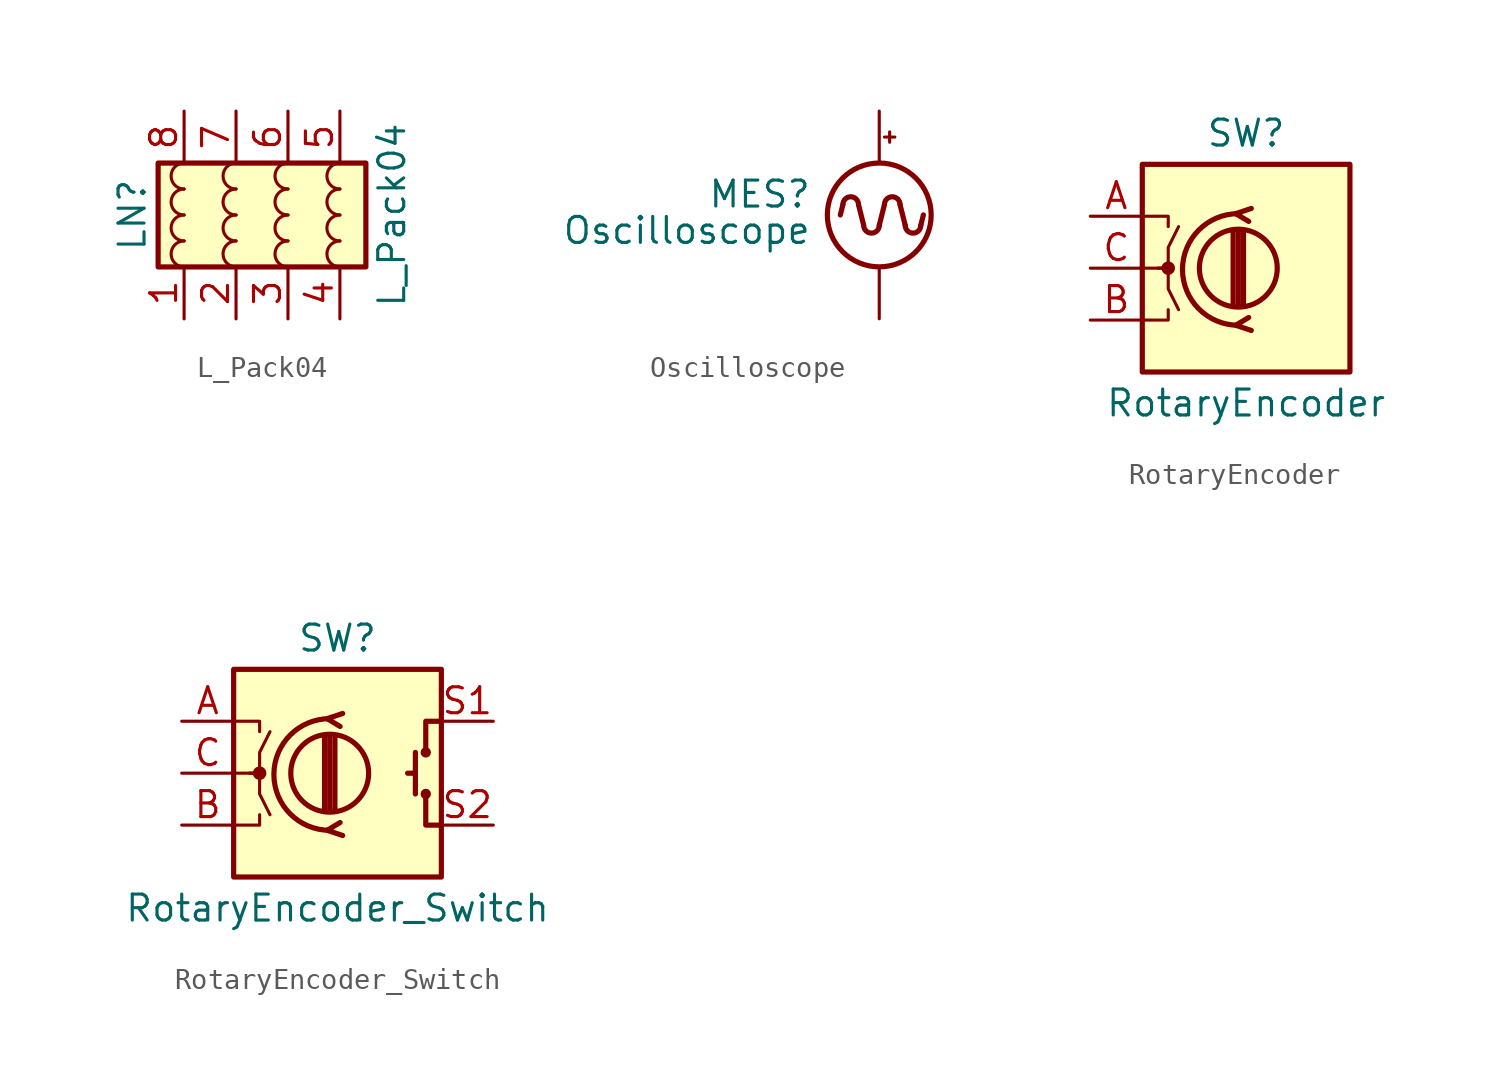
<source format=kicad_sym>
(kicad_symbol_lib
  (version 20231120)
  (generator "kicad_symbol_editor")
  (generator_version "8.0")
  (symbol "L_Pack04"
    (property "Reference" "LN"
      (at -7.62 0 90)
      (effects (font (size 1.27 1.27))))
    (property "Value" "L_Pack04"
      (at 5.08 0 90)
      (effects (font (size 1.27 1.27))))
    (symbol "L_Pack04_0_1"
      (rectangle (start -6.35 2.54) (end 3.81 -2.54) (stroke (width 0.254) (type default)) (fill (type background))))
    (symbol "L_Pack04_1_1"
      (arc (start -5.08 -1.27) (mid -5.7122 -1.905) (end -5.08 -2.54) (stroke (width 0) (type default)) (fill (type none)))
      (arc (start -5.08 0) (mid -5.7122 -0.635) (end -5.08 -1.27) (stroke (width 0) (type default)) (fill (type none)))
      (arc (start -5.08 1.27) (mid -5.7122 0.635) (end -5.08 0) (stroke (width 0) (type default)) (fill (type none)))
      (arc (start -5.08 2.54) (mid -5.7122 1.905) (end -5.08 1.27) (stroke (width 0) (type default)) (fill (type none)))
      (arc (start -2.54 -1.27) (mid -3.1722 -1.905) (end -2.54 -2.54) (stroke (width 0) (type default)) (fill (type none)))
      (arc (start -2.54 0) (mid -3.1722 -0.635) (end -2.54 -1.27) (stroke (width 0) (type default)) (fill (type none)))
      (arc (start -2.54 1.27) (mid -3.1722 0.635) (end -2.54 0) (stroke (width 0) (type default)) (fill (type none)))
      (arc (start -2.54 2.54) (mid -3.1722 1.905) (end -2.54 1.27) (stroke (width 0) (type default)) (fill (type none)))
      (arc (start 0 -1.27) (mid -0.6323 -1.905) (end 0 -2.54) (stroke (width 0) (type default)) (fill (type none)))
      (arc (start 0 0) (mid -0.6323 -0.635) (end 0 -1.27) (stroke (width 0) (type default)) (fill (type none)))
      (arc (start 0 1.27) (mid -0.6323 0.635) (end 0 0) (stroke (width 0) (type default)) (fill (type none)))
      (arc (start 0 2.54) (mid -0.6323 1.905) (end 0 1.27) (stroke (width 0) (type default)) (fill (type none)))
      (arc (start 2.54 -1.27) (mid 1.9077 -1.905) (end 2.54 -2.54) (stroke (width 0) (type default)) (fill (type none)))
      (arc (start 2.54 0) (mid 1.9077 -0.635) (end 2.54 -1.27) (stroke (width 0) (type default)) (fill (type none)))
      (arc (start 2.54 1.27) (mid 1.9077 0.635) (end 2.54 0) (stroke (width 0) (type default)) (fill (type none)))
      (arc (start 2.54 2.54) (mid 1.9077 1.905) (end 2.54 1.27) (stroke (width 0) (type default)) (fill (type none)))
      (pin passive line (at -5.08 -5.08 90) (length 2.54) (name "~" (effects (font (size 1.27 1.27)))) (number "1" (effects (font (size 1.27 1.27)))))
      (pin passive line (at -2.54 -5.08 90) (length 2.54) (name "~" (effects (font (size 1.27 1.27)))) (number "2" (effects (font (size 1.27 1.27)))))
      (pin passive line (at 0 -5.08 90) (length 2.54) (name "~" (effects (font (size 1.27 1.27)))) (number "3" (effects (font (size 1.27 1.27)))))
      (pin passive line (at 2.54 -5.08 90) (length 2.54) (name "~" (effects (font (size 1.27 1.27)))) (number "4" (effects (font (size 1.27 1.27)))))
      (pin passive line (at 2.54 5.08 270) (length 2.54) (name "~" (effects (font (size 1.27 1.27)))) (number "5" (effects (font (size 1.27 1.27)))))
      (pin passive line (at 0 5.08 270) (length 2.54) (name "~" (effects (font (size 1.27 1.27)))) (number "6" (effects (font (size 1.27 1.27)))))
      (pin passive line (at -2.54 5.08 270) (length 2.54) (name "~" (effects (font (size 1.27 1.27)))) (number "7" (effects (font (size 1.27 1.27)))))
      (pin passive line (at -5.08 5.08 270) (length 2.54) (name "~" (effects (font (size 1.27 1.27)))) (number "8" (effects (font (size 1.27 1.27)))))))
  (symbol "Oscilloscope"
    (pin_numbers hide)
    (pin_names
      (offset 0.025) hide)
    (property "Reference" "MES"
      (at -3.302 1.016 0)
      (effects (font (size 1.27 1.27)) (justify right)))
    (property "Value" "Oscilloscope"
      (at -3.302 -0.762 0)
      (effects (font (size 1.27 1.27)) (justify right)))
    (symbol "Oscilloscope_0_0"
      (arc (start -1.016 0.508) (mid -1.397 0.8873) (end -1.778 0.508) (stroke (width 0.254) (type default)) (fill (type none)))
      (arc (start -0.762 -0.508) (mid -0.381 -0.8873) (end 0 -0.508) (stroke (width 0.254) (type default)) (fill (type none)))
      (polyline (pts (xy -1.778 0.508) (xy -1.905 0)) (stroke (width 0.254) (type default)) (fill (type none)))
      (polyline (pts (xy -1.016 0.508) (xy -0.762 -0.508)) (stroke (width 0.254) (type default)) (fill (type none)))
      (polyline (pts (xy 0 -0.508) (xy 0.254 0.508)) (stroke (width 0.254) (type default)) (fill (type none)))
      (polyline (pts (xy 1.016 0.508) (xy 1.27 -0.508)) (stroke (width 0.254) (type default)) (fill (type none)))
      (polyline (pts (xy 2.032 -0.508) (xy 2.159 0)) (stroke (width 0.254) (type default)) (fill (type none)))
      (arc (start 1.016 0.508) (mid 0.635 0.8873) (end 0.254 0.508) (stroke (width 0.254) (type default)) (fill (type none)))
      (arc (start 1.27 -0.508) (mid 1.651 -0.8873) (end 2.032 -0.508) (stroke (width 0.254) (type default)) (fill (type none))))
    (symbol "Oscilloscope_0_1"
      (polyline (pts (xy 0.254 3.81) (xy 0.762 3.81)) (stroke (width 0) (type default)) (fill (type none)))
      (polyline (pts (xy 0.508 4.064) (xy 0.508 3.556)) (stroke (width 0) (type default)) (fill (type none)))
      (circle (center 0 0) (radius 2.54) (stroke (width 0.254) (type default)) (fill (type none))))
    (symbol "Oscilloscope_1_1"
      (pin passive line (at 0 -5.08 90) (length 2.54) (name "-" (effects (font (size 1.27 1.27)))) (number "1" (effects (font (size 1.27 1.27)))))
      (pin passive line (at 0 5.08 270) (length 2.54) (name "+" (effects (font (size 1.27 1.27)))) (number "2" (effects (font (size 1.27 1.27)))))))
  (symbol "RotaryEncoder"
    (pin_names
      (offset 0.254) hide)
    (property "Reference" "SW"
      (at 0 6.604 0)
      (effects (font (size 1.27 1.27))))
    (property "Value" "RotaryEncoder"
      (at 0 -6.604 0)
      (effects (font (size 1.27 1.27))))
    (symbol "RotaryEncoder_0_1"
      (rectangle (start -5.08 5.08) (end 5.08 -5.08) (stroke (width 0.254) (type default)) (fill (type background)))
      (circle (center -3.81 0) (radius 0.254) (stroke (width 0) (type default)) (fill (type outline)))
      (circle (center -0.381 0) (radius 1.905) (stroke (width 0.254) (type default)) (fill (type none)))
      (arc (start -0.381 2.667) (mid -3.0987 -0.0635) (end -0.381 -2.794) (stroke (width 0.254) (type default)) (fill (type none)))
      (polyline (pts (xy -0.635 -1.778) (xy -0.635 1.778)) (stroke (width 0.254) (type default)) (fill (type none)))
      (polyline (pts (xy -0.381 -1.778) (xy -0.381 1.778)) (stroke (width 0.254) (type default)) (fill (type none)))
      (polyline (pts (xy -0.127 1.778) (xy -0.127 -1.778)) (stroke (width 0.254) (type default)) (fill (type none)))
      (polyline (pts (xy -5.08 -2.54) (xy -3.81 -2.54) (xy -3.81 -2.032)) (stroke (width 0) (type default)) (fill (type none)))
      (polyline (pts (xy -5.08 2.54) (xy -3.81 2.54) (xy -3.81 2.032)) (stroke (width 0) (type default)) (fill (type none)))
      (polyline (pts (xy 0.254 -3.048) (xy -0.508 -2.794) (xy 0.127 -2.413)) (stroke (width 0.254) (type default)) (fill (type none)))
      (polyline (pts (xy 0.254 2.921) (xy -0.508 2.667) (xy 0.127 2.286)) (stroke (width 0.254) (type default)) (fill (type none)))
      (polyline (pts (xy -5.08 0) (xy -3.81 0) (xy -3.81 -1.016) (xy -3.302 -2.032)) (stroke (width 0) (type default)) (fill (type none)))
      (polyline (pts (xy -4.318 0) (xy -3.81 0) (xy -3.81 1.016) (xy -3.302 2.032)) (stroke (width 0) (type default)) (fill (type none))))
    (symbol "RotaryEncoder_1_1"
      (pin passive line (at -7.62 2.54 0) (length 2.54) (name "A" (effects (font (size 1.27 1.27)))) (number "A" (effects (font (size 1.27 1.27)))))
      (pin passive line (at -7.62 -2.54 0) (length 2.54) (name "B" (effects (font (size 1.27 1.27)))) (number "B" (effects (font (size 1.27 1.27)))))
      (pin passive line (at -7.62 0 0) (length 2.54) (name "C" (effects (font (size 1.27 1.27)))) (number "C" (effects (font (size 1.27 1.27)))))))
  (symbol "RotaryEncoder_Switch"
    (pin_names
      (offset 0.254) hide)
    (property "Reference" "SW"
      (at 0 6.604 0)
      (effects (font (size 1.27 1.27))))
    (property "Value" "RotaryEncoder_Switch"
      (at 0 -6.604 0)
      (effects (font (size 1.27 1.27))))
    (symbol "RotaryEncoder_Switch_0_1"
      (rectangle (start -5.08 5.08) (end 5.08 -5.08) (stroke (width 0.254) (type default)) (fill (type background)))
      (circle (center -3.81 0) (radius 0.254) (stroke (width 0) (type default)) (fill (type outline)))
      (circle (center -0.381 0) (radius 1.905) (stroke (width 0.254) (type default)) (fill (type none)))
      (arc (start -0.381 2.667) (mid -3.0987 -0.0635) (end -0.381 -2.794) (stroke (width 0.254) (type default)) (fill (type none)))
      (polyline (pts (xy -0.635 -1.778) (xy -0.635 1.778)) (stroke (width 0.254) (type default)) (fill (type none)))
      (polyline (pts (xy -0.381 -1.778) (xy -0.381 1.778)) (stroke (width 0.254) (type default)) (fill (type none)))
      (polyline (pts (xy -0.127 1.778) (xy -0.127 -1.778)) (stroke (width 0.254) (type default)) (fill (type none)))
      (polyline (pts (xy 3.81 0) (xy 3.429 0)) (stroke (width 0.254) (type default)) (fill (type none)))
      (polyline (pts (xy 3.81 1.016) (xy 3.81 -1.016)) (stroke (width 0.254) (type default)) (fill (type none)))
      (polyline (pts (xy -5.08 -2.54) (xy -3.81 -2.54) (xy -3.81 -2.032)) (stroke (width 0) (type default)) (fill (type none)))
      (polyline (pts (xy -5.08 2.54) (xy -3.81 2.54) (xy -3.81 2.032)) (stroke (width 0) (type default)) (fill (type none)))
      (polyline (pts (xy 0.254 -3.048) (xy -0.508 -2.794) (xy 0.127 -2.413)) (stroke (width 0.254) (type default)) (fill (type none)))
      (polyline (pts (xy 0.254 2.921) (xy -0.508 2.667) (xy 0.127 2.286)) (stroke (width 0.254) (type default)) (fill (type none)))
      (polyline (pts (xy 5.08 -2.54) (xy 4.318 -2.54) (xy 4.318 -1.016)) (stroke (width 0.254) (type default)) (fill (type none)))
      (polyline (pts (xy 5.08 2.54) (xy 4.318 2.54) (xy 4.318 1.016)) (stroke (width 0.254) (type default)) (fill (type none)))
      (polyline (pts (xy -5.08 0) (xy -3.81 0) (xy -3.81 -1.016) (xy -3.302 -2.032)) (stroke (width 0) (type default)) (fill (type none)))
      (polyline (pts (xy -4.318 0) (xy -3.81 0) (xy -3.81 1.016) (xy -3.302 2.032)) (stroke (width 0) (type default)) (fill (type none)))
      (circle (center 4.318 -1.016) (radius 0.127) (stroke (width 0.254) (type default)) (fill (type none)))
      (circle (center 4.318 1.016) (radius 0.127) (stroke (width 0.254) (type default)) (fill (type none))))
    (symbol "RotaryEncoder_Switch_1_1"
      (pin passive line (at -7.62 2.54 0) (length 2.54) (name "A" (effects (font (size 1.27 1.27)))) (number "A" (effects (font (size 1.27 1.27)))))
      (pin passive line (at -7.62 -2.54 0) (length 2.54) (name "B" (effects (font (size 1.27 1.27)))) (number "B" (effects (font (size 1.27 1.27)))))
      (pin passive line (at -7.62 0 0) (length 2.54) (name "C" (effects (font (size 1.27 1.27)))) (number "C" (effects (font (size 1.27 1.27)))))
      (pin passive line (at 7.62 2.54 180) (length 2.54) (name "S1" (effects (font (size 1.27 1.27)))) (number "S1" (effects (font (size 1.27 1.27)))))
      (pin passive line (at 7.62 -2.54 180) (length 2.54) (name "S2" (effects (font (size 1.27 1.27)))) (number "S2" (effects (font (size 1.27 1.27))))))))
</source>
